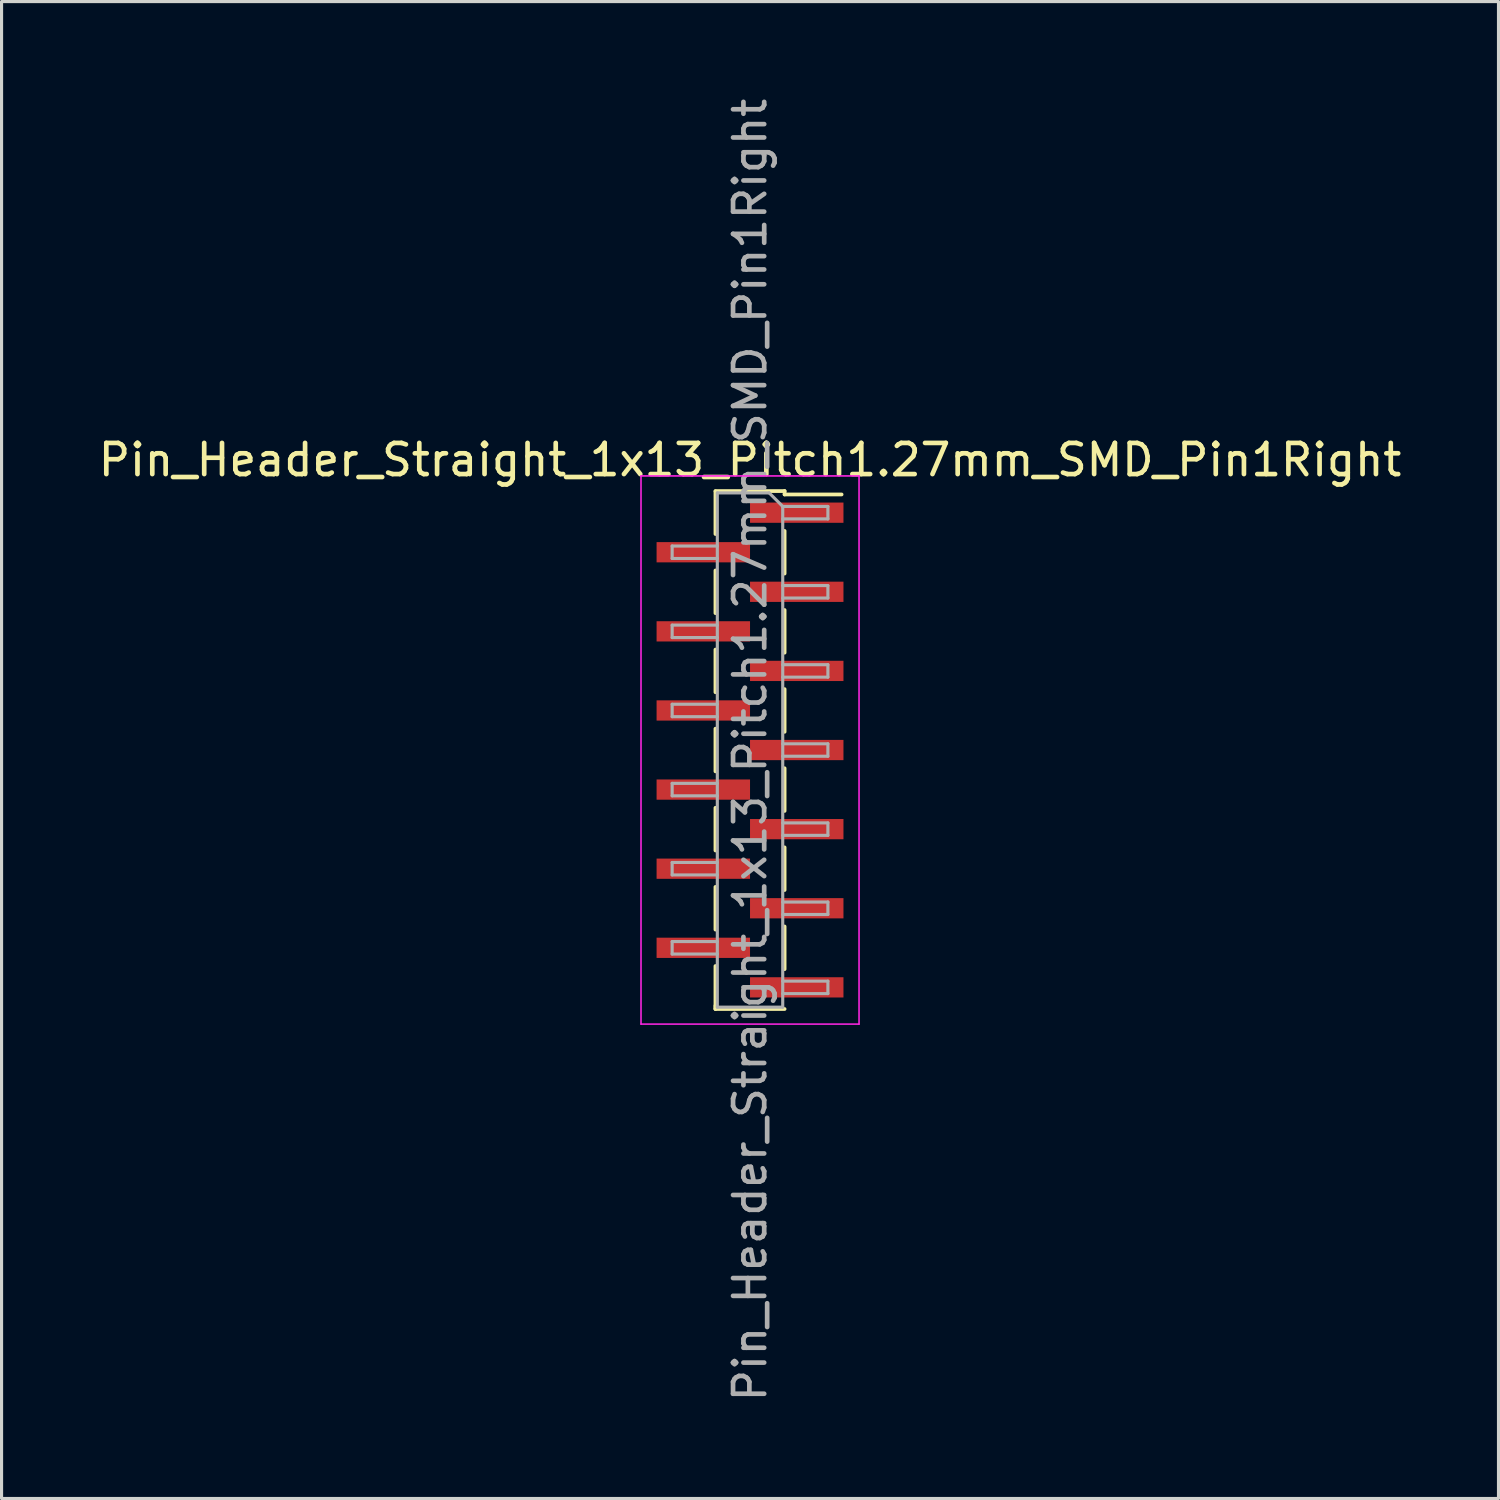
<source format=kicad_pcb>
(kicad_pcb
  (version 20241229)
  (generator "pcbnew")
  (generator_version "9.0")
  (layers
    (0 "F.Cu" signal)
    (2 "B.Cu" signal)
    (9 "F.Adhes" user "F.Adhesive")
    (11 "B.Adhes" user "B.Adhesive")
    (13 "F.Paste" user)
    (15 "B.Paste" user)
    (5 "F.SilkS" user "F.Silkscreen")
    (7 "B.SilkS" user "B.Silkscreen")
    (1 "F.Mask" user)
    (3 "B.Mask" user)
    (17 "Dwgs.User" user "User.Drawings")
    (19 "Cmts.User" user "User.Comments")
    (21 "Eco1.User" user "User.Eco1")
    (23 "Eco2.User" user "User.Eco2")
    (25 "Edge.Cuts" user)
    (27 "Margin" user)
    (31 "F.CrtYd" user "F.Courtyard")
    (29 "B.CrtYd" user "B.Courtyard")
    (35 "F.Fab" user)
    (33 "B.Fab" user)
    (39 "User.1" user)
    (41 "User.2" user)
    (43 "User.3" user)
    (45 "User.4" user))
  (footprint "Pin_Header_Straight_1x13_Pitch1.27mm_SMD_Pin1Right"
    (layer "F.Cu")
    (at 21.03 21.03)
    (property "Reference" "Pin_Header_Straight_1x13_Pitch1.27mm_SMD_Pin1Right" (at 0 -9.315 0) (layer "F.SilkS") (effects (font (size 1 1) (thickness 0.15))))
    (attr smd)
    (fp_line (start -1.11 -8.315) (end 1.11 -8.315) (stroke (width 0.12) (type solid)) (layer "F.SilkS"))
    (fp_line (start -1.11 -8.305) (end -1.11 -6.935) (stroke (width 0.12) (type solid)) (layer "F.SilkS"))
    (fp_line (start -1.11 -5.765) (end -1.11 -4.395) (stroke (width 0.12) (type solid)) (layer "F.SilkS"))
    (fp_line (start -1.11 -3.225) (end -1.11 -1.855) (stroke (width 0.12) (type solid)) (layer "F.SilkS"))
    (fp_line (start -1.11 -0.685) (end -1.11 0.685) (stroke (width 0.12) (type solid)) (layer "F.SilkS"))
    (fp_line (start -1.11 1.855) (end -1.11 3.225) (stroke (width 0.12) (type solid)) (layer "F.SilkS"))
    (fp_line (start -1.11 4.395) (end -1.11 5.765) (stroke (width 0.12) (type solid)) (layer "F.SilkS"))
    (fp_line (start -1.11 6.935) (end -1.11 8.305) (stroke (width 0.12) (type solid)) (layer "F.SilkS"))
    (fp_line (start -1.11 8.205) (end -1.11 8.315) (stroke (width 0.12) (type solid)) (layer "F.SilkS"))
    (fp_line (start -1.11 8.315) (end 1.11 8.315) (stroke (width 0.12) (type solid)) (layer "F.SilkS"))
    (fp_line (start 1.11 -8.315) (end 1.11 -8.205) (stroke (width 0.12) (type solid)) (layer "F.SilkS"))
    (fp_line (start 1.11 -8.205) (end 2.94 -8.205) (stroke (width 0.12) (type solid)) (layer "F.SilkS"))
    (fp_line (start 1.11 -7.035) (end 1.11 -5.665) (stroke (width 0.12) (type solid)) (layer "F.SilkS"))
    (fp_line (start 1.11 -4.495) (end 1.11 -3.125) (stroke (width 0.12) (type solid)) (layer "F.SilkS"))
    (fp_line (start 1.11 -1.955) (end 1.11 -0.585) (stroke (width 0.12) (type solid)) (layer "F.SilkS"))
    (fp_line (start 1.11 0.585) (end 1.11 1.955) (stroke (width 0.12) (type solid)) (layer "F.SilkS"))
    (fp_line (start 1.11 3.125) (end 1.11 4.495) (stroke (width 0.12) (type solid)) (layer "F.SilkS"))
    (fp_line (start 1.11 5.665) (end 1.11 7.035) (stroke (width 0.12) (type solid)) (layer "F.SilkS"))
    (fp_line (start -3.5 -8.8) (end -3.5 8.8) (stroke (width 0.05) (type solid)) (layer "F.CrtYd"))
    (fp_line (start -3.5 8.8) (end 3.5 8.8) (stroke (width 0.05) (type solid)) (layer "F.CrtYd"))
    (fp_line (start 3.5 -8.8) (end -3.5 -8.8) (stroke (width 0.05) (type solid)) (layer "F.CrtYd"))
    (fp_line (start 3.5 8.8) (end 3.5 -8.8) (stroke (width 0.05) (type solid)) (layer "F.CrtYd"))
    (fp_line (start -2.5 -6.55) (end -2.5 -6.15) (stroke (width 0.1) (type solid)) (layer "F.Fab"))
    (fp_line (start -2.5 -6.15) (end -1.05 -6.15) (stroke (width 0.1) (type solid)) (layer "F.Fab"))
    (fp_line (start -2.5 -4.01) (end -2.5 -3.61) (stroke (width 0.1) (type solid)) (layer "F.Fab"))
    (fp_line (start -2.5 -3.61) (end -1.05 -3.61) (stroke (width 0.1) (type solid)) (layer "F.Fab"))
    (fp_line (start -2.5 -1.47) (end -2.5 -1.07) (stroke (width 0.1) (type solid)) (layer "F.Fab"))
    (fp_line (start -2.5 -1.07) (end -1.05 -1.07) (stroke (width 0.1) (type solid)) (layer "F.Fab"))
    (fp_line (start -2.5 1.07) (end -2.5 1.47) (stroke (width 0.1) (type solid)) (layer "F.Fab"))
    (fp_line (start -2.5 1.47) (end -1.05 1.47) (stroke (width 0.1) (type solid)) (layer "F.Fab"))
    (fp_line (start -2.5 3.61) (end -2.5 4.01) (stroke (width 0.1) (type solid)) (layer "F.Fab"))
    (fp_line (start -2.5 4.01) (end -1.05 4.01) (stroke (width 0.1) (type solid)) (layer "F.Fab"))
    (fp_line (start -2.5 6.15) (end -2.5 6.55) (stroke (width 0.1) (type solid)) (layer "F.Fab"))
    (fp_line (start -2.5 6.55) (end -1.05 6.55) (stroke (width 0.1) (type solid)) (layer "F.Fab"))
    (fp_line (start -1.05 -8.255) (end -1.05 8.255) (stroke (width 0.1) (type solid)) (layer "F.Fab"))
    (fp_line (start -1.05 -8.255) (end 0.615 -8.255) (stroke (width 0.1) (type solid)) (layer "F.Fab"))
    (fp_line (start -1.05 -6.55) (end -2.5 -6.55) (stroke (width 0.1) (type solid)) (layer "F.Fab"))
    (fp_line (start -1.05 -4.01) (end -2.5 -4.01) (stroke (width 0.1) (type solid)) (layer "F.Fab"))
    (fp_line (start -1.05 -1.47) (end -2.5 -1.47) (stroke (width 0.1) (type solid)) (layer "F.Fab"))
    (fp_line (start -1.05 1.07) (end -2.5 1.07) (stroke (width 0.1) (type solid)) (layer "F.Fab"))
    (fp_line (start -1.05 3.61) (end -2.5 3.61) (stroke (width 0.1) (type solid)) (layer "F.Fab"))
    (fp_line (start -1.05 6.15) (end -2.5 6.15) (stroke (width 0.1) (type solid)) (layer "F.Fab"))
    (fp_line (start 1.05 -7.82) (end 0.615 -8.255) (stroke (width 0.1) (type solid)) (layer "F.Fab"))
    (fp_line (start 1.05 -7.82) (end 2.5 -7.82) (stroke (width 0.1) (type solid)) (layer "F.Fab"))
    (fp_line (start 1.05 -5.28) (end 2.5 -5.28) (stroke (width 0.1) (type solid)) (layer "F.Fab"))
    (fp_line (start 1.05 -2.74) (end 2.5 -2.74) (stroke (width 0.1) (type solid)) (layer "F.Fab"))
    (fp_line (start 1.05 -0.2) (end 2.5 -0.2) (stroke (width 0.1) (type solid)) (layer "F.Fab"))
    (fp_line (start 1.05 2.34) (end 2.5 2.34) (stroke (width 0.1) (type solid)) (layer "F.Fab"))
    (fp_line (start 1.05 4.88) (end 2.5 4.88) (stroke (width 0.1) (type solid)) (layer "F.Fab"))
    (fp_line (start 1.05 7.42) (end 2.5 7.42) (stroke (width 0.1) (type solid)) (layer "F.Fab"))
    (fp_line (start 1.05 8.255) (end -1.05 8.255) (stroke (width 0.1) (type solid)) (layer "F.Fab"))
    (fp_line (start 1.05 8.255) (end 1.05 -7.82) (stroke (width 0.1) (type solid)) (layer "F.Fab"))
    (fp_line (start 2.5 -7.82) (end 2.5 -7.42) (stroke (width 0.1) (type solid)) (layer "F.Fab"))
    (fp_line (start 2.5 -7.42) (end 1.05 -7.42) (stroke (width 0.1) (type solid)) (layer "F.Fab"))
    (fp_line (start 2.5 -5.28) (end 2.5 -4.88) (stroke (width 0.1) (type solid)) (layer "F.Fab"))
    (fp_line (start 2.5 -4.88) (end 1.05 -4.88) (stroke (width 0.1) (type solid)) (layer "F.Fab"))
    (fp_line (start 2.5 -2.74) (end 2.5 -2.34) (stroke (width 0.1) (type solid)) (layer "F.Fab"))
    (fp_line (start 2.5 -2.34) (end 1.05 -2.34) (stroke (width 0.1) (type solid)) (layer "F.Fab"))
    (fp_line (start 2.5 -0.2) (end 2.5 0.2) (stroke (width 0.1) (type solid)) (layer "F.Fab"))
    (fp_line (start 2.5 0.2) (end 1.05 0.2) (stroke (width 0.1) (type solid)) (layer "F.Fab"))
    (fp_line (start 2.5 2.34) (end 2.5 2.74) (stroke (width 0.1) (type solid)) (layer "F.Fab"))
    (fp_line (start 2.5 2.74) (end 1.05 2.74) (stroke (width 0.1) (type solid)) (layer "F.Fab"))
    (fp_line (start 2.5 4.88) (end 2.5 5.28) (stroke (width 0.1) (type solid)) (layer "F.Fab"))
    (fp_line (start 2.5 5.28) (end 1.05 5.28) (stroke (width 0.1) (type solid)) (layer "F.Fab"))
    (fp_line (start 2.5 7.42) (end 2.5 7.82) (stroke (width 0.1) (type solid)) (layer "F.Fab"))
    (fp_line (start 2.5 7.82) (end 1.05 7.82) (stroke (width 0.1) (type solid)) (layer "F.Fab"))
    (fp_text user "${REFERENCE}" (at 0 0 90) (layer "F.Fab") (effects (font (size 1 1) (thickness 0.15))))
    (pad "1" smd rect (at 1.5 -7.62) (size 3 0.65) (layers "F.Cu" "F.Mask" "F.Paste"))
    (pad "2" smd rect (at -1.5 -6.35) (size 3 0.65) (layers "F.Cu" "F.Mask" "F.Paste"))
    (pad "3" smd rect (at 1.5 -5.08) (size 3 0.65) (layers "F.Cu" "F.Mask" "F.Paste"))
    (pad "4" smd rect (at -1.5 -3.81) (size 3 0.65) (layers "F.Cu" "F.Mask" "F.Paste"))
    (pad "5" smd rect (at 1.5 -2.54) (size 3 0.65) (layers "F.Cu" "F.Mask" "F.Paste"))
    (pad "6" smd rect (at -1.5 -1.27) (size 3 0.65) (layers "F.Cu" "F.Mask" "F.Paste"))
    (pad "7" smd rect (at 1.5 0) (size 3 0.65) (layers "F.Cu" "F.Mask" "F.Paste"))
    (pad "8" smd rect (at -1.5 1.27) (size 3 0.65) (layers "F.Cu" "F.Mask" "F.Paste"))
    (pad "9" smd rect (at 1.5 2.54) (size 3 0.65) (layers "F.Cu" "F.Mask" "F.Paste"))
    (pad "10" smd rect (at -1.5 3.81) (size 3 0.65) (layers "F.Cu" "F.Mask" "F.Paste"))
    (pad "11" smd rect (at 1.5 5.08) (size 3 0.65) (layers "F.Cu" "F.Mask" "F.Paste"))
    (pad "12" smd rect (at -1.5 6.35) (size 3 0.65) (layers "F.Cu" "F.Mask" "F.Paste"))
    (pad "13" smd rect (at 1.5 7.62) (size 3 0.65) (layers "F.Cu" "F.Mask" "F.Paste")))
  (gr_rect
    (start -3 -3)
    (end 45.06 45.06)
    (stroke (width 0.1) (type default))
    (fill no)
    (layer "Edge.Cuts")))
</source>
